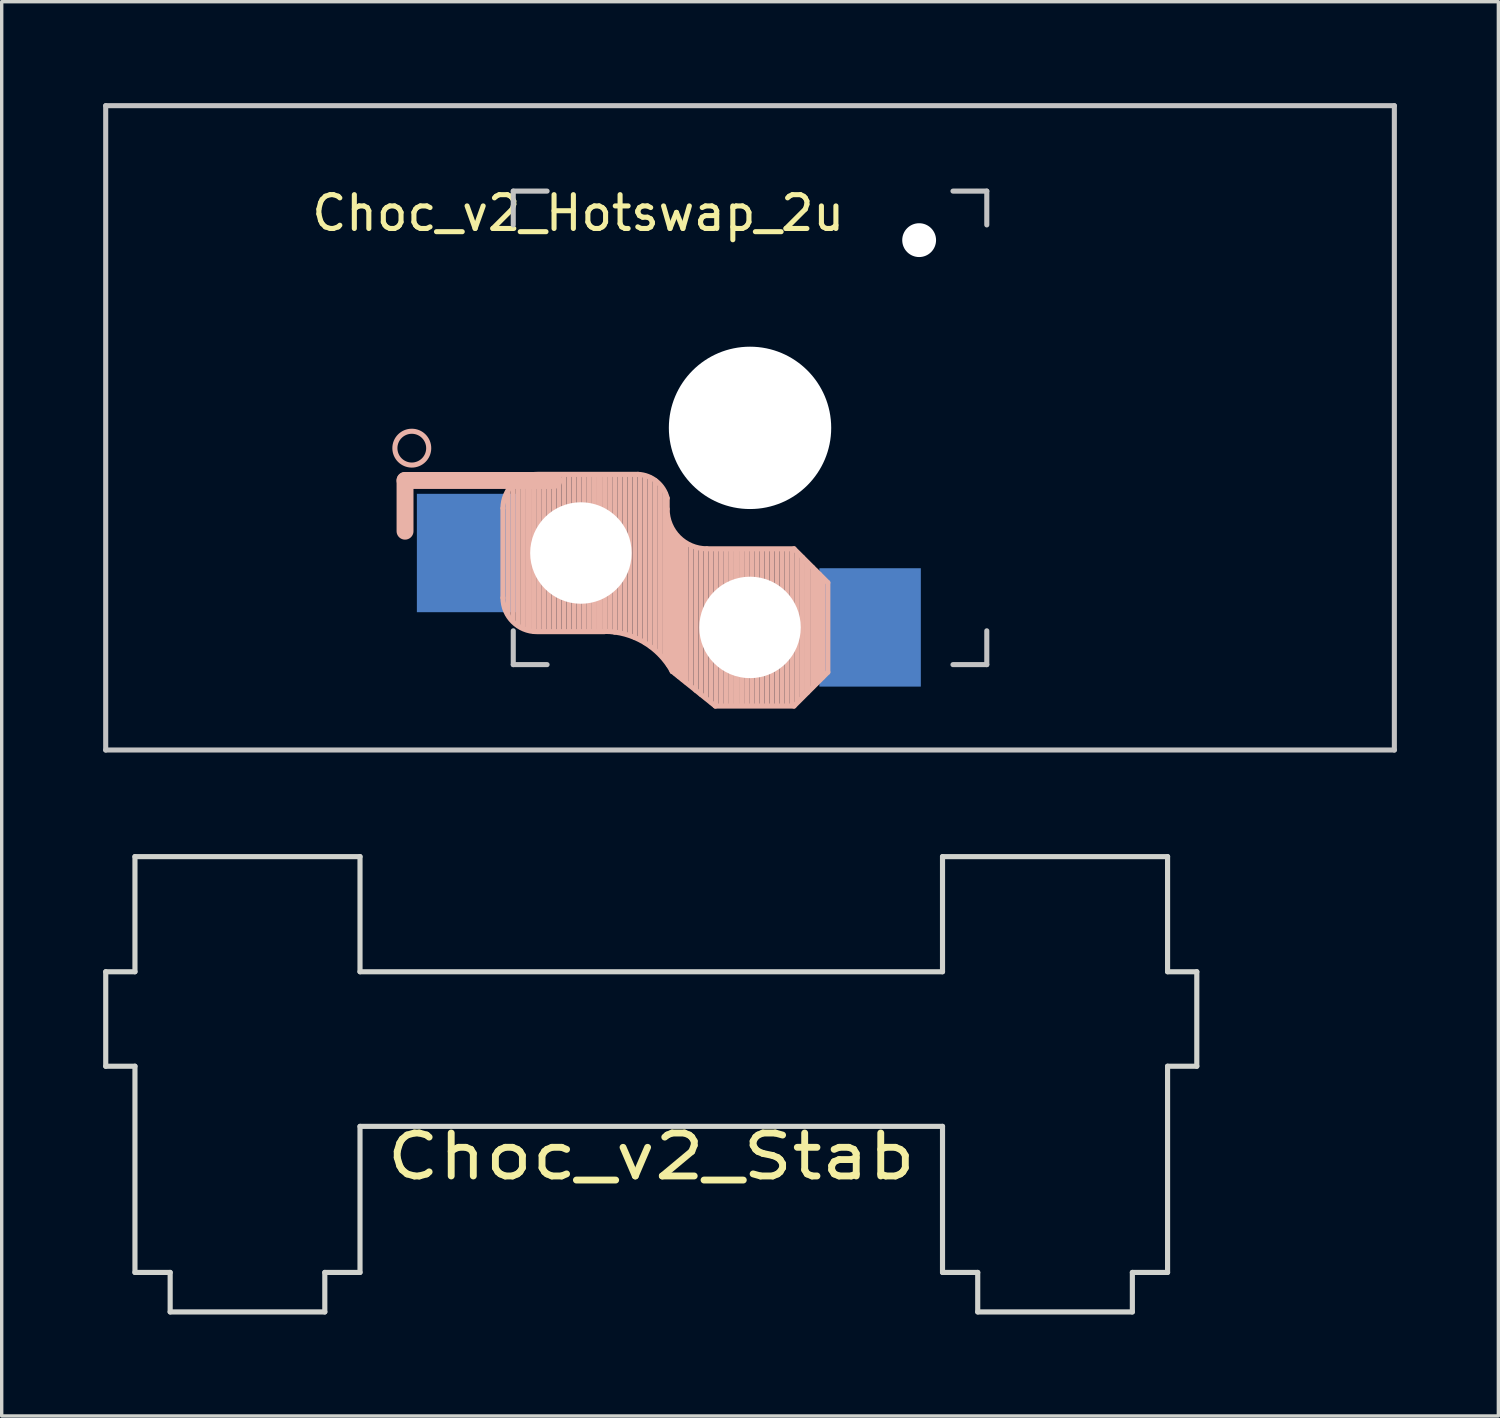
<source format=kicad_pcb>
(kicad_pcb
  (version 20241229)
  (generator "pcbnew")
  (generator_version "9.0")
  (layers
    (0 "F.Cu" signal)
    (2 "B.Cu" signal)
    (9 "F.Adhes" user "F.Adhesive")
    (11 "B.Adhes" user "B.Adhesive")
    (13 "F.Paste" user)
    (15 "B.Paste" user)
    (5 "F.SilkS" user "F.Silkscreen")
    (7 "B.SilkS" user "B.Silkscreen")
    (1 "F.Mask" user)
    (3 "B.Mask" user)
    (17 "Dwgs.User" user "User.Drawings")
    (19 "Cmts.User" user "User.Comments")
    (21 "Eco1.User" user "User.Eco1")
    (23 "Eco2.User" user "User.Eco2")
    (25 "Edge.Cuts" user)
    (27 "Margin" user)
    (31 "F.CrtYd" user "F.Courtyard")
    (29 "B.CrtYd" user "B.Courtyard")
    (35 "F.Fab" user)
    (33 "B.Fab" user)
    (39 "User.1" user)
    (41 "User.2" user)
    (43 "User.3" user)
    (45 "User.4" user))
  (footprint "Choc_v2_Stab"
    (layer "F.Cu")
    (at 16.205 27.966)
    (property "Reference" "Choc_v2_Stab" (at 0 3.175 0) (layer "F.SilkS") (effects (font (size 1.27 1.524) (thickness 0.203))))
    (attr through_hole)
    (fp_line (start -16.129 -2.286) (end -15.265 -2.286) (stroke (width 0.152) (type solid)) (layer "Edge.Cuts"))
    (fp_line (start -16.129 0.508) (end -16.129 -2.286) (stroke (width 0.152) (type solid)) (layer "Edge.Cuts"))
    (fp_line (start -15.265 -5.69) (end -8.611 -5.69) (stroke (width 0.152) (type solid)) (layer "Edge.Cuts"))
    (fp_line (start -15.265 -2.286) (end -15.265 -5.69) (stroke (width 0.152) (type solid)) (layer "Edge.Cuts"))
    (fp_line (start -15.265 0.508) (end -16.129 0.508) (stroke (width 0.152) (type solid)) (layer "Edge.Cuts"))
    (fp_line (start -15.265 6.604) (end -15.265 0.508) (stroke (width 0.152) (type solid)) (layer "Edge.Cuts"))
    (fp_line (start -14.224 6.604) (end -15.265 6.604) (stroke (width 0.152) (type solid)) (layer "Edge.Cuts"))
    (fp_line (start -14.224 7.772) (end -14.224 6.604) (stroke (width 0.152) (type solid)) (layer "Edge.Cuts"))
    (fp_line (start -9.652 6.604) (end -9.652 7.772) (stroke (width 0.152) (type solid)) (layer "Edge.Cuts"))
    (fp_line (start -9.652 7.772) (end -14.224 7.772) (stroke (width 0.152) (type solid)) (layer "Edge.Cuts"))
    (fp_line (start -8.611 -5.69) (end -8.611 -2.286) (stroke (width 0.152) (type solid)) (layer "Edge.Cuts"))
    (fp_line (start -8.611 -2.286) (end 8.611 -2.286) (stroke (width 0.152) (type solid)) (layer "Edge.Cuts"))
    (fp_line (start -8.611 2.286) (end -8.611 6.604) (stroke (width 0.152) (type solid)) (layer "Edge.Cuts"))
    (fp_line (start -8.611 6.604) (end -9.652 6.604) (stroke (width 0.152) (type solid)) (layer "Edge.Cuts"))
    (fp_line (start 8.611 -5.69) (end 15.265 -5.69) (stroke (width 0.152) (type solid)) (layer "Edge.Cuts"))
    (fp_line (start 8.611 -2.286) (end 8.611 -5.69) (stroke (width 0.152) (type solid)) (layer "Edge.Cuts"))
    (fp_line (start 8.611 2.286) (end -8.611 2.286) (stroke (width 0.152) (type solid)) (layer "Edge.Cuts"))
    (fp_line (start 8.611 6.604) (end 8.611 2.286) (stroke (width 0.152) (type solid)) (layer "Edge.Cuts"))
    (fp_line (start 9.652 6.604) (end 8.611 6.604) (stroke (width 0.152) (type solid)) (layer "Edge.Cuts"))
    (fp_line (start 9.652 7.772) (end 9.652 6.604) (stroke (width 0.152) (type solid)) (layer "Edge.Cuts"))
    (fp_line (start 14.224 6.604) (end 14.224 7.772) (stroke (width 0.152) (type solid)) (layer "Edge.Cuts"))
    (fp_line (start 14.224 7.772) (end 9.652 7.772) (stroke (width 0.152) (type solid)) (layer "Edge.Cuts"))
    (fp_line (start 15.265 -5.69) (end 15.265 -2.286) (stroke (width 0.152) (type solid)) (layer "Edge.Cuts"))
    (fp_line (start 15.265 -2.286) (end 16.129 -2.286) (stroke (width 0.152) (type solid)) (layer "Edge.Cuts"))
    (fp_line (start 15.265 0.508) (end 15.265 6.604) (stroke (width 0.152) (type solid)) (layer "Edge.Cuts"))
    (fp_line (start 15.265 6.604) (end 14.224 6.604) (stroke (width 0.152) (type solid)) (layer "Edge.Cuts"))
    (fp_line (start 16.129 -2.286) (end 16.129 0.508) (stroke (width 0.152) (type solid)) (layer "Edge.Cuts"))
    (fp_line (start 16.129 0.508) (end 15.265 0.508) (stroke (width 0.152) (type solid)) (layer "Edge.Cuts")))
  (footprint "Choc_v2_Hotswap_2u"
    (layer "F.Cu")
    (at 19.125 9.6)
    (property "Reference" "Choc_v2_Hotswap_2u" (at -5.08 -6.35 180) (layer "F.SilkS") (effects (font (size 1 1) (thickness 0.15))))
    (attr through_hole)
    (fp_line (start -10.2 1.555) (end -10.2 3.055) (stroke (width 0.5) (type default)) (layer "B.SilkS"))
    (fp_line (start -7.305 2.375) (end -7.305 5.025) (stroke (width 0.15) (type solid)) (layer "B.SilkS"))
    (fp_line (start -7.15 5.53) (end -7.15 1.85) (stroke (width 0.15) (type solid)) (layer "B.SilkS"))
    (fp_line (start -7 5.7) (end -7 1.73) (stroke (width 0.15) (type solid)) (layer "B.SilkS"))
    (fp_line (start -6.85 5.84) (end -6.85 1.7) (stroke (width 0.15) (type solid)) (layer "B.SilkS"))
    (fp_line (start -6.7 5.92) (end -6.7 1.8) (stroke (width 0.15) (type solid)) (layer "B.SilkS"))
    (fp_line (start -6.55 5.97) (end -6.55 1.65) (stroke (width 0.15) (type solid)) (layer "B.SilkS"))
    (fp_line (start -6.4 6.01) (end -6.4 1.5) (stroke (width 0.15) (type solid)) (layer "B.SilkS"))
    (fp_line (start -6.25 6) (end -6.25 1.4) (stroke (width 0.15) (type solid)) (layer "B.SilkS"))
    (fp_line (start -6.1 6) (end -6.1 1.4) (stroke (width 0.15) (type solid)) (layer "B.SilkS"))
    (fp_line (start -5.95 6) (end -5.95 1.4) (stroke (width 0.15) (type solid)) (layer "B.SilkS"))
    (fp_line (start -5.8 1.555) (end -10.2 1.555) (stroke (width 0.5) (type default)) (layer "B.SilkS"))
    (fp_line (start -5.8 6) (end -5.8 1.4) (stroke (width 0.15) (type solid)) (layer "B.SilkS"))
    (fp_line (start -5.65 6) (end -5.65 1.4) (stroke (width 0.15) (type solid)) (layer "B.SilkS"))
    (fp_line (start -5.5 6) (end -5.5 1.4) (stroke (width 0.15) (type solid)) (layer "B.SilkS"))
    (fp_line (start -5.35 6) (end -5.35 1.4) (stroke (width 0.15) (type solid)) (layer "B.SilkS"))
    (fp_line (start -5.2 6) (end -5.2 1.4) (stroke (width 0.15) (type solid)) (layer "B.SilkS"))
    (fp_line (start -5.05 6) (end -5.05 1.4) (stroke (width 0.15) (type solid)) (layer "B.SilkS"))
    (fp_line (start -4.9 6) (end -4.9 1.4) (stroke (width 0.15) (type solid)) (layer "B.SilkS"))
    (fp_line (start -4.75 6) (end -4.75 1.4) (stroke (width 0.15) (type solid)) (layer "B.SilkS"))
    (fp_line (start -4.6 6) (end -4.6 1.4) (stroke (width 0.15) (type solid)) (layer "B.SilkS"))
    (fp_line (start -4.45 6) (end -4.45 1.4) (stroke (width 0.15) (type solid)) (layer "B.SilkS"))
    (fp_line (start -4.3 6) (end -4.3 1.4) (stroke (width 0.15) (type solid)) (layer "B.SilkS"))
    (fp_line (start -4.3 6.025) (end -6.275 6.025) (stroke (width 0.15) (type solid)) (layer "B.SilkS"))
    (fp_line (start -4.15 6) (end -4.15 1.45) (stroke (width 0.15) (type solid)) (layer "B.SilkS"))
    (fp_line (start -4 6.04) (end -4 1.4) (stroke (width 0.15) (type solid)) (layer "B.SilkS"))
    (fp_line (start -3.85 6.05) (end -3.85 1.4) (stroke (width 0.15) (type solid)) (layer "B.SilkS"))
    (fp_line (start -3.7 6.05) (end -3.7 1.45) (stroke (width 0.15) (type solid)) (layer "B.SilkS"))
    (fp_line (start -3.55 6.1) (end -3.55 1.39) (stroke (width 0.15) (type solid)) (layer "B.SilkS"))
    (fp_line (start -3.4 6.2) (end -3.4 1.38) (stroke (width 0.15) (type solid)) (layer "B.SilkS"))
    (fp_line (start -3.311 1.375) (end -6.275 1.375) (stroke (width 0.15) (type solid)) (layer "B.SilkS"))
    (fp_line (start -3.25 6.25) (end -3.25 1.4) (stroke (width 0.15) (type solid)) (layer "B.SilkS"))
    (fp_line (start -3.1 6.35) (end -3.1 1.43) (stroke (width 0.15) (type solid)) (layer "B.SilkS"))
    (fp_line (start -2.95 6.45) (end -2.95 1.48) (stroke (width 0.15) (type solid)) (layer "B.SilkS"))
    (fp_line (start -2.8 6.55) (end -2.8 1.56) (stroke (width 0.15) (type solid)) (layer "B.SilkS"))
    (fp_line (start -2.65 6.7) (end -2.65 1.75) (stroke (width 0.15) (type solid)) (layer "B.SilkS"))
    (fp_line (start -2.5 6.85) (end -2.5 1.95) (stroke (width 0.15) (type solid)) (layer "B.SilkS"))
    (fp_line (start -2.45 2.4) (end -2.45 2.077) (stroke (width 0.15) (type default)) (layer "B.SilkS"))
    (fp_line (start -2.4 7.02) (end -2.4 2.9) (stroke (width 0.15) (type solid)) (layer "B.SilkS"))
    (fp_line (start -2.3 7.2) (end -2.3 3.05) (stroke (width 0.15) (type solid)) (layer "B.SilkS"))
    (fp_line (start -2.3 7.2) (end -1.025 8.225) (stroke (width 0.15) (type solid)) (layer "B.SilkS"))
    (fp_line (start -2.2 7.27) (end -2.2 3.25) (stroke (width 0.15) (type solid)) (layer "B.SilkS"))
    (fp_line (start -2.1 7.35) (end -2.1 3.35) (stroke (width 0.15) (type solid)) (layer "B.SilkS"))
    (fp_line (start -2 7.43) (end -2 3.4) (stroke (width 0.15) (type solid)) (layer "B.SilkS"))
    (fp_line (start -1.89 7.52) (end -1.9 3.45) (stroke (width 0.15) (type solid)) (layer "B.SilkS"))
    (fp_line (start -1.75 7.62) (end -1.75 3.5) (stroke (width 0.15) (type solid)) (layer "B.SilkS"))
    (fp_line (start -1.6 7.76) (end -1.6 3.6) (stroke (width 0.15) (type solid)) (layer "B.SilkS"))
    (fp_line (start -1.45 7.88) (end -1.45 3.6) (stroke (width 0.15) (type solid)) (layer "B.SilkS"))
    (fp_line (start -1.3 7.99) (end -1.3 3.6) (stroke (width 0.15) (type solid)) (layer "B.SilkS"))
    (fp_line (start -1.15 8.11) (end -1.15 3.65) (stroke (width 0.15) (type solid)) (layer "B.SilkS"))
    (fp_line (start -1 8.2) (end -1 3.6) (stroke (width 0.15) (type solid)) (layer "B.SilkS"))
    (fp_line (start -0.85 8.2) (end -0.85 3.6) (stroke (width 0.15) (type solid)) (layer "B.SilkS"))
    (fp_line (start -0.7 8.2) (end -0.7 3.6) (stroke (width 0.15) (type solid)) (layer "B.SilkS"))
    (fp_line (start -0.55 8.2) (end -0.55 3.6) (stroke (width 0.15) (type solid)) (layer "B.SilkS"))
    (fp_line (start -0.4 8.2) (end -0.4 3.6) (stroke (width 0.15) (type solid)) (layer "B.SilkS"))
    (fp_line (start -0.25 8.2) (end -0.25 3.6) (stroke (width 0.15) (type solid)) (layer "B.SilkS"))
    (fp_line (start -0.1 8.2) (end -0.1 3.6) (stroke (width 0.15) (type solid)) (layer "B.SilkS"))
    (fp_line (start 0.05 8.2) (end 0.05 3.6) (stroke (width 0.15) (type solid)) (layer "B.SilkS"))
    (fp_line (start 0.2 8.2) (end 0.2 3.6) (stroke (width 0.15) (type solid)) (layer "B.SilkS"))
    (fp_line (start 0.35 8.2) (end 0.35 3.6) (stroke (width 0.15) (type solid)) (layer "B.SilkS"))
    (fp_line (start 0.5 8.2) (end 0.5 3.6) (stroke (width 0.15) (type solid)) (layer "B.SilkS"))
    (fp_line (start 0.65 8.2) (end 0.65 3.6) (stroke (width 0.15) (type solid)) (layer "B.SilkS"))
    (fp_line (start 0.8 8.2) (end 0.8 3.6) (stroke (width 0.15) (type solid)) (layer "B.SilkS"))
    (fp_line (start 0.95 8.2) (end 0.95 3.6) (stroke (width 0.15) (type solid)) (layer "B.SilkS"))
    (fp_line (start 1.1 8.2) (end 1.1 3.6) (stroke (width 0.15) (type solid)) (layer "B.SilkS"))
    (fp_line (start 1.25 8.2) (end 1.25 3.6) (stroke (width 0.15) (type solid)) (layer "B.SilkS"))
    (fp_line (start 1.3 3.575) (end -1.275 3.575) (stroke (width 0.15) (type solid)) (layer "B.SilkS"))
    (fp_line (start 1.3 8.225) (end -1.025 8.225) (stroke (width 0.15) (type solid)) (layer "B.SilkS"))
    (fp_line (start 1.4 8.09) (end 1.4 3.7) (stroke (width 0.15) (type solid)) (layer "B.SilkS"))
    (fp_line (start 1.55 7.95) (end 1.55 3.83) (stroke (width 0.15) (type solid)) (layer "B.SilkS"))
    (fp_line (start 1.7 7.82) (end 1.7 3.99) (stroke (width 0.15) (type solid)) (layer "B.SilkS"))
    (fp_line (start 1.85 7.66) (end 1.85 4.13) (stroke (width 0.15) (type solid)) (layer "B.SilkS"))
    (fp_line (start 1.95 7.56) (end 1.95 4.23) (stroke (width 0.15) (type solid)) (layer "B.SilkS"))
    (fp_line (start 2.05 7.45) (end 2.05 4.33) (stroke (width 0.15) (type solid)) (layer "B.SilkS"))
    (fp_line (start 2.15 7.37) (end 2.15 4.44) (stroke (width 0.15) (type solid)) (layer "B.SilkS"))
    (fp_line (start 2.3 4.575) (end 1.3 3.575) (stroke (width 0.15) (type solid)) (layer "B.SilkS"))
    (fp_line (start 2.3 4.575) (end 2.3 7.225) (stroke (width 0.15) (type solid)) (layer "B.SilkS"))
    (fp_line (start 2.3 7.225) (end 1.3 8.225) (stroke (width 0.15) (type solid)) (layer "B.SilkS"))
    (fp_arc (start -7.305 2.375) (mid -7.012107 1.667893) (end -6.305 1.375) (stroke (width 0.15) (type solid)) (layer "B.SilkS"))
    (fp_arc (start -6.305 6.025) (mid -7.012107 5.732107) (end -7.305 5.025) (stroke (width 0.15) (type solid)) (layer "B.SilkS"))
    (fp_arc (start -4.3 6.017458) (mid -3.138277 6.335211) (end -2.3 7.2) (stroke (width 0.15) (type solid)) (layer "B.SilkS"))
    (fp_arc (start -3.311204 1.375) (mid -2.763915 1.58277) (end -2.45 2.076887) (stroke (width 0.15) (type solid)) (layer "B.SilkS"))
    (fp_arc (start -1.275 3.575) (mid -2.10585 3.23085) (end -2.45 2.4) (stroke (width 0.15) (type solid)) (layer "B.SilkS"))
    (fp_circle (center -10 0.6) (end -9.5 0.6) (stroke (width 0.15) (type default)) (fill no) (layer "B.SilkS"))
    (fp_line (start -19.05 -9.525) (end 19.05 -9.525) (stroke (width 0.15) (type solid)) (layer "Dwgs.User"))
    (fp_line (start -19.05 9.525) (end -19.05 -9.525) (stroke (width 0.15) (type solid)) (layer "Dwgs.User"))
    (fp_line (start -7 -7) (end -6 -7) (stroke (width 0.15) (type solid)) (layer "Dwgs.User"))
    (fp_line (start -7 -6) (end -7 -7) (stroke (width 0.15) (type solid)) (layer "Dwgs.User"))
    (fp_line (start -7 7) (end -7 6) (stroke (width 0.15) (type solid)) (layer "Dwgs.User"))
    (fp_line (start -6 7) (end -7 7) (stroke (width 0.15) (type solid)) (layer "Dwgs.User"))
    (fp_line (start 6 7) (end 7 7) (stroke (width 0.15) (type solid)) (layer "Dwgs.User"))
    (fp_line (start 7 -7) (end 6 -7) (stroke (width 0.15) (type solid)) (layer "Dwgs.User"))
    (fp_line (start 7 -6) (end 7 -7) (stroke (width 0.15) (type solid)) (layer "Dwgs.User"))
    (fp_line (start 7 7) (end 7 6) (stroke (width 0.15) (type solid)) (layer "Dwgs.User"))
    (fp_line (start 19.05 -9.525) (end 19.05 9.525) (stroke (width 0.15) (type solid)) (layer "Dwgs.User"))
    (fp_line (start 19.05 9.525) (end -19.05 9.525) (stroke (width 0.15) (type solid)) (layer "Dwgs.User"))
    (pad "" np_thru_hole circle (at -5 3.7 90) (size 3 3) (drill 3) (layers "*.Cu" "*.Mask"))
    (pad "" np_thru_hole circle (at 0 0 90) (size 4.8 4.8) (drill 4.8) (layers "*.Cu" "*.Mask"))
    (pad "" np_thru_hole circle (at 0 5.9 90) (size 3 3) (drill 3) (layers "*.Cu" "*.Mask"))
    (pad "" np_thru_hole circle (at 5 -5.55) (size 1 1) (drill oval 1) (layers "*.Cu" "*.Mask"))
    (pad "1" smd rect (at -8.35 3.7 180) (size 3 3.5) (layers "B.Cu" "B.Mask" "B.Paste"))
    (pad "2" smd rect (at 3.55 5.9 180) (size 3 3.5) (layers "B.Cu" "B.Mask" "B.Paste")))
  (gr_rect
    (start -3 -3)
    (end 41.25 38.814)
    (stroke (width 0.1) (type default))
    (fill no)
    (layer "Edge.Cuts")))
</source>
